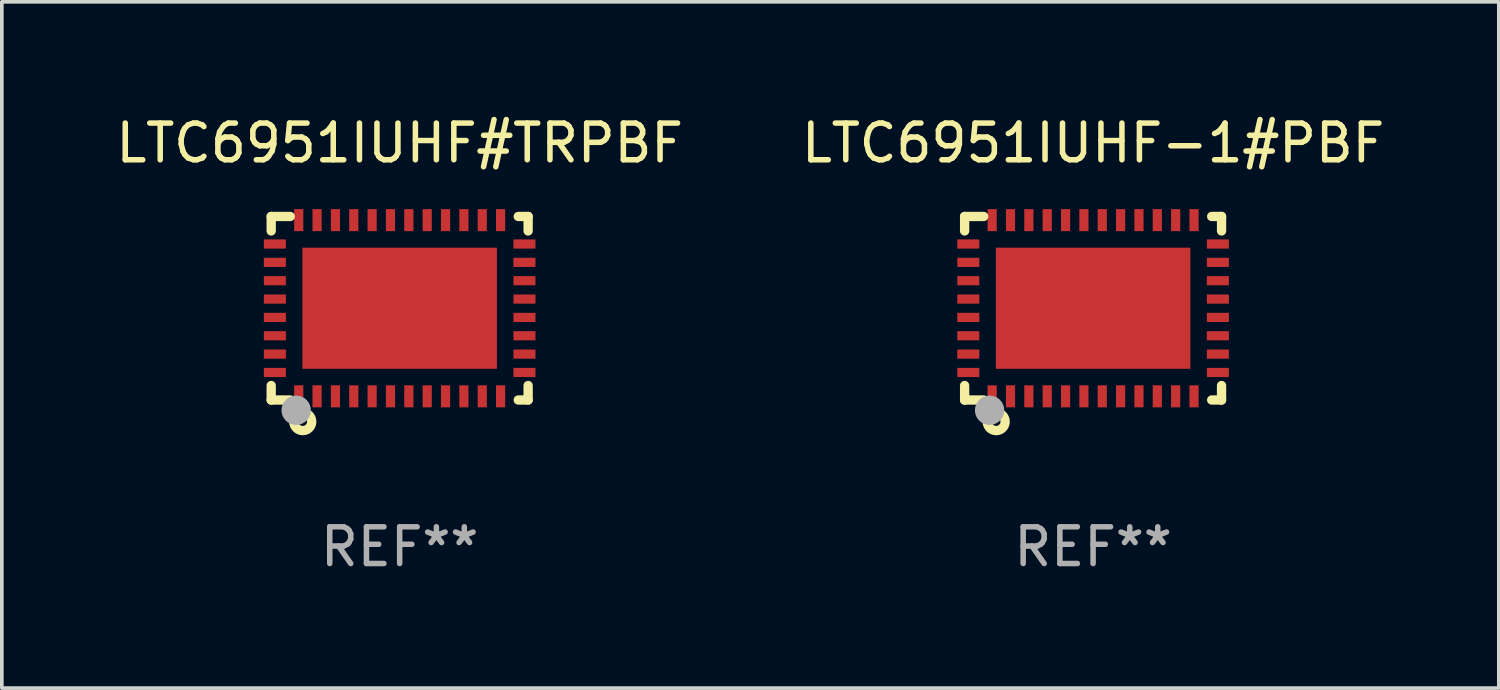
<source format=kicad_pcb>
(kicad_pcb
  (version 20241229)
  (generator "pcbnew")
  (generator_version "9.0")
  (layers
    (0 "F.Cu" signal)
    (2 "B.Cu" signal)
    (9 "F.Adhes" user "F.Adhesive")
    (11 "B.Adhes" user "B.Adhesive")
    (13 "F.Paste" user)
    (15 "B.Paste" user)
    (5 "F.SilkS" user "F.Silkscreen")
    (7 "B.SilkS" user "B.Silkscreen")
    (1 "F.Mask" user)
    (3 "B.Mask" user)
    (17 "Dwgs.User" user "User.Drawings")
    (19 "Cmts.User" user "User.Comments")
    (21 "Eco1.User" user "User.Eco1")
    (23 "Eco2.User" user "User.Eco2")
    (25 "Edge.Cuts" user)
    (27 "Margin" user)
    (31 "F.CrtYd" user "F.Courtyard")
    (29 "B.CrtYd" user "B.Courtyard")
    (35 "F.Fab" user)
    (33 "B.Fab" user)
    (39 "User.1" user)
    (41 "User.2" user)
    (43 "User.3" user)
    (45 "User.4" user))
  (footprint "LTC6951IUHF#TRPBF"
    (layer "F.Cu")
    (at 7.839 5.348)
    (property "Reference" "LTC6951IUHF#TRPBF" (at 0 -4.5 0) (layer "F.SilkS") (effects (font (size 1 1) (thickness 0.15))))
    (attr through_hole)
    (fp_line (start -3.5 -2.5) (end -3.5 -2.106) (stroke (width 0.254) (type solid)) (layer "F.SilkS"))
    (fp_line (start -3.5 2.106) (end -3.5 2.5) (stroke (width 0.254) (type solid)) (layer "F.SilkS"))
    (fp_line (start -3.5 2.5) (end -2.981 2.5) (stroke (width 0.254) (type solid)) (layer "F.SilkS"))
    (fp_line (start -2.981 -2.5) (end -3.5 -2.5) (stroke (width 0.254) (type solid)) (layer "F.SilkS"))
    (fp_line (start 3.231 2.5) (end 3.5 2.5) (stroke (width 0.254) (type solid)) (layer "F.SilkS"))
    (fp_line (start 3.5 -2.5) (end 3.231 -2.5) (stroke (width 0.254) (type solid)) (layer "F.SilkS"))
    (fp_line (start 3.5 -2.106) (end 3.5 -2.5) (stroke (width 0.254) (type solid)) (layer "F.SilkS"))
    (fp_line (start 3.5 2.5) (end 3.5 2.106) (stroke (width 0.254) (type solid)) (layer "F.SilkS"))
    (fp_circle (center -3.5 2.5) (end -3.44 2.5) (stroke (width 0.12) (type solid)) (fill no) (layer "F.SilkS"))
    (fp_circle (center -2.64 3.09) (end -2.523 3.09) (stroke (width 0.254) (type solid)) (fill no) (layer "F.SilkS"))
    (fp_circle (center -2.82 2.78) (end -2.62 2.78) (stroke (width 0.4) (type solid)) (fill no) (layer "F.Fab"))
    (fp_text user "REF**" (at 0 6.5 0) (layer "F.Fab") (effects (font (size 1 1) (thickness 0.15))))
    (pad "1" smd rect (at -2.75 2.4 90) (size 0.6 0.25) (layers "F.Cu" "F.Mask" "F.Paste"))
    (pad "2" smd rect (at -2.25 2.4 90) (size 0.6 0.25) (layers "F.Cu" "F.Mask" "F.Paste"))
    (pad "3" smd rect (at -1.75 2.4 90) (size 0.6 0.25) (layers "F.Cu" "F.Mask" "F.Paste"))
    (pad "4" smd rect (at -1.25 2.4 90) (size 0.6 0.25) (layers "F.Cu" "F.Mask" "F.Paste"))
    (pad "5" smd rect (at -0.75 2.4 90) (size 0.6 0.25) (layers "F.Cu" "F.Mask" "F.Paste"))
    (pad "6" smd rect (at -0.25 2.4 90) (size 0.6 0.25) (layers "F.Cu" "F.Mask" "F.Paste"))
    (pad "7" smd rect (at 0.25 2.4 90) (size 0.6 0.25) (layers "F.Cu" "F.Mask" "F.Paste"))
    (pad "8" smd rect (at 0.75 2.4 90) (size 0.6 0.25) (layers "F.Cu" "F.Mask" "F.Paste"))
    (pad "9" smd rect (at 1.25 2.4 90) (size 0.6 0.25) (layers "F.Cu" "F.Mask" "F.Paste"))
    (pad "10" smd rect (at 1.75 2.4 90) (size 0.6 0.25) (layers "F.Cu" "F.Mask" "F.Paste"))
    (pad "11" smd rect (at 2.25 2.4 90) (size 0.6 0.25) (layers "F.Cu" "F.Mask" "F.Paste"))
    (pad "12" smd rect (at 2.75 2.4 90) (size 0.6 0.25) (layers "F.Cu" "F.Mask" "F.Paste"))
    (pad "13" smd rect (at 3.4 1.75 180) (size 0.6 0.25) (layers "F.Cu" "F.Mask" "F.Paste"))
    (pad "14" smd rect (at 3.4 1.25 180) (size 0.6 0.25) (layers "F.Cu" "F.Mask" "F.Paste"))
    (pad "15" smd rect (at 3.4 0.75 180) (size 0.6 0.25) (layers "F.Cu" "F.Mask" "F.Paste"))
    (pad "16" smd rect (at 3.4 0.25 180) (size 0.6 0.25) (layers "F.Cu" "F.Mask" "F.Paste"))
    (pad "17" smd rect (at 3.4 -0.25 180) (size 0.6 0.25) (layers "F.Cu" "F.Mask" "F.Paste"))
    (pad "18" smd rect (at 3.4 -0.75 180) (size 0.6 0.25) (layers "F.Cu" "F.Mask" "F.Paste"))
    (pad "19" smd rect (at 3.4 -1.25 180) (size 0.6 0.25) (layers "F.Cu" "F.Mask" "F.Paste"))
    (pad "20" smd rect (at 3.4 -1.75 180) (size 0.6 0.25) (layers "F.Cu" "F.Mask" "F.Paste"))
    (pad "21" smd rect (at 2.75 -2.4 270) (size 0.6 0.25) (layers "F.Cu" "F.Mask" "F.Paste"))
    (pad "22" smd rect (at 2.25 -2.4 270) (size 0.6 0.25) (layers "F.Cu" "F.Mask" "F.Paste"))
    (pad "23" smd rect (at 1.75 -2.4 270) (size 0.6 0.25) (layers "F.Cu" "F.Mask" "F.Paste"))
    (pad "24" smd rect (at 1.25 -2.4 270) (size 0.6 0.25) (layers "F.Cu" "F.Mask" "F.Paste"))
    (pad "25" smd rect (at 0.75 -2.4 270) (size 0.6 0.25) (layers "F.Cu" "F.Mask" "F.Paste"))
    (pad "26" smd rect (at 0.25 -2.4 270) (size 0.6 0.25) (layers "F.Cu" "F.Mask" "F.Paste"))
    (pad "27" smd rect (at -0.25 -2.4 270) (size 0.6 0.25) (layers "F.Cu" "F.Mask" "F.Paste"))
    (pad "28" smd rect (at -0.75 -2.4 270) (size 0.6 0.25) (layers "F.Cu" "F.Mask" "F.Paste"))
    (pad "29" smd rect (at -1.25 -2.4 270) (size 0.6 0.25) (layers "F.Cu" "F.Mask" "F.Paste"))
    (pad "30" smd rect (at -1.75 -2.4 270) (size 0.6 0.25) (layers "F.Cu" "F.Mask" "F.Paste"))
    (pad "31" smd rect (at -2.25 -2.4 270) (size 0.6 0.25) (layers "F.Cu" "F.Mask" "F.Paste"))
    (pad "32" smd rect (at -2.75 -2.4 270) (size 0.6 0.25) (layers "F.Cu" "F.Mask" "F.Paste"))
    (pad "33" smd rect (at -3.4 -1.75) (size 0.6 0.25) (layers "F.Cu" "F.Mask" "F.Paste"))
    (pad "34" smd rect (at -3.4 -1.25) (size 0.6 0.25) (layers "F.Cu" "F.Mask" "F.Paste"))
    (pad "35" smd rect (at -3.4 -0.75) (size 0.6 0.25) (layers "F.Cu" "F.Mask" "F.Paste"))
    (pad "36" smd rect (at -3.4 -0.25) (size 0.6 0.25) (layers "F.Cu" "F.Mask" "F.Paste"))
    (pad "37" smd rect (at -3.4 0.25) (size 0.6 0.25) (layers "F.Cu" "F.Mask" "F.Paste"))
    (pad "38" smd rect (at -3.4 0.75) (size 0.6 0.25) (layers "F.Cu" "F.Mask" "F.Paste"))
    (pad "39" smd rect (at -3.4 1.25) (size 0.6 0.25) (layers "F.Cu" "F.Mask" "F.Paste"))
    (pad "40" smd rect (at -3.4 1.75) (size 0.6 0.25) (layers "F.Cu" "F.Mask" "F.Paste"))
    (pad "41" smd rect (at -0.000102 -0.000025 270) (size 3.3 5.3) (layers "F.Cu" "F.Mask" "F.Paste")))
  (footprint "LTC6951IUHF-1#PBF"
    (layer "F.Cu")
    (at 26.732 5.348)
    (property "Reference" "LTC6951IUHF-1#PBF" (at 0 -4.5 0) (layer "F.SilkS") (effects (font (size 1 1) (thickness 0.15))))
    (attr through_hole)
    (fp_line (start -3.5 -2.5) (end -3.5 -2.106) (stroke (width 0.254) (type solid)) (layer "F.SilkS"))
    (fp_line (start -3.5 2.106) (end -3.5 2.5) (stroke (width 0.254) (type solid)) (layer "F.SilkS"))
    (fp_line (start -3.5 2.5) (end -2.981 2.5) (stroke (width 0.254) (type solid)) (layer "F.SilkS"))
    (fp_line (start -2.981 -2.5) (end -3.5 -2.5) (stroke (width 0.254) (type solid)) (layer "F.SilkS"))
    (fp_line (start 3.231 2.5) (end 3.5 2.5) (stroke (width 0.254) (type solid)) (layer "F.SilkS"))
    (fp_line (start 3.5 -2.5) (end 3.231 -2.5) (stroke (width 0.254) (type solid)) (layer "F.SilkS"))
    (fp_line (start 3.5 -2.106) (end 3.5 -2.5) (stroke (width 0.254) (type solid)) (layer "F.SilkS"))
    (fp_line (start 3.5 2.5) (end 3.5 2.106) (stroke (width 0.254) (type solid)) (layer "F.SilkS"))
    (fp_circle (center -3.5 2.5) (end -3.44 2.5) (stroke (width 0.12) (type solid)) (fill no) (layer "F.SilkS"))
    (fp_circle (center -2.64 3.09) (end -2.523 3.09) (stroke (width 0.254) (type solid)) (fill no) (layer "F.SilkS"))
    (fp_circle (center -2.82 2.78) (end -2.62 2.78) (stroke (width 0.4) (type solid)) (fill no) (layer "F.Fab"))
    (fp_text user "REF**" (at 0 6.5 0) (layer "F.Fab") (effects (font (size 1 1) (thickness 0.15))))
    (pad "1" smd rect (at -2.75 2.4 90) (size 0.6 0.25) (layers "F.Cu" "F.Mask" "F.Paste"))
    (pad "2" smd rect (at -2.25 2.4 90) (size 0.6 0.25) (layers "F.Cu" "F.Mask" "F.Paste"))
    (pad "3" smd rect (at -1.75 2.4 90) (size 0.6 0.25) (layers "F.Cu" "F.Mask" "F.Paste"))
    (pad "4" smd rect (at -1.25 2.4 90) (size 0.6 0.25) (layers "F.Cu" "F.Mask" "F.Paste"))
    (pad "5" smd rect (at -0.75 2.4 90) (size 0.6 0.25) (layers "F.Cu" "F.Mask" "F.Paste"))
    (pad "6" smd rect (at -0.25 2.4 90) (size 0.6 0.25) (layers "F.Cu" "F.Mask" "F.Paste"))
    (pad "7" smd rect (at 0.25 2.4 90) (size 0.6 0.25) (layers "F.Cu" "F.Mask" "F.Paste"))
    (pad "8" smd rect (at 0.75 2.4 90) (size 0.6 0.25) (layers "F.Cu" "F.Mask" "F.Paste"))
    (pad "9" smd rect (at 1.25 2.4 90) (size 0.6 0.25) (layers "F.Cu" "F.Mask" "F.Paste"))
    (pad "10" smd rect (at 1.75 2.4 90) (size 0.6 0.25) (layers "F.Cu" "F.Mask" "F.Paste"))
    (pad "11" smd rect (at 2.25 2.4 90) (size 0.6 0.25) (layers "F.Cu" "F.Mask" "F.Paste"))
    (pad "12" smd rect (at 2.75 2.4 90) (size 0.6 0.25) (layers "F.Cu" "F.Mask" "F.Paste"))
    (pad "13" smd rect (at 3.4 1.75 180) (size 0.6 0.25) (layers "F.Cu" "F.Mask" "F.Paste"))
    (pad "14" smd rect (at 3.4 1.25 180) (size 0.6 0.25) (layers "F.Cu" "F.Mask" "F.Paste"))
    (pad "15" smd rect (at 3.4 0.75 180) (size 0.6 0.25) (layers "F.Cu" "F.Mask" "F.Paste"))
    (pad "16" smd rect (at 3.4 0.25 180) (size 0.6 0.25) (layers "F.Cu" "F.Mask" "F.Paste"))
    (pad "17" smd rect (at 3.4 -0.25 180) (size 0.6 0.25) (layers "F.Cu" "F.Mask" "F.Paste"))
    (pad "18" smd rect (at 3.4 -0.75 180) (size 0.6 0.25) (layers "F.Cu" "F.Mask" "F.Paste"))
    (pad "19" smd rect (at 3.4 -1.25 180) (size 0.6 0.25) (layers "F.Cu" "F.Mask" "F.Paste"))
    (pad "20" smd rect (at 3.4 -1.75 180) (size 0.6 0.25) (layers "F.Cu" "F.Mask" "F.Paste"))
    (pad "21" smd rect (at 2.75 -2.4 270) (size 0.6 0.25) (layers "F.Cu" "F.Mask" "F.Paste"))
    (pad "22" smd rect (at 2.25 -2.4 270) (size 0.6 0.25) (layers "F.Cu" "F.Mask" "F.Paste"))
    (pad "23" smd rect (at 1.75 -2.4 270) (size 0.6 0.25) (layers "F.Cu" "F.Mask" "F.Paste"))
    (pad "24" smd rect (at 1.25 -2.4 270) (size 0.6 0.25) (layers "F.Cu" "F.Mask" "F.Paste"))
    (pad "25" smd rect (at 0.75 -2.4 270) (size 0.6 0.25) (layers "F.Cu" "F.Mask" "F.Paste"))
    (pad "26" smd rect (at 0.25 -2.4 270) (size 0.6 0.25) (layers "F.Cu" "F.Mask" "F.Paste"))
    (pad "27" smd rect (at -0.25 -2.4 270) (size 0.6 0.25) (layers "F.Cu" "F.Mask" "F.Paste"))
    (pad "28" smd rect (at -0.75 -2.4 270) (size 0.6 0.25) (layers "F.Cu" "F.Mask" "F.Paste"))
    (pad "29" smd rect (at -1.25 -2.4 270) (size 0.6 0.25) (layers "F.Cu" "F.Mask" "F.Paste"))
    (pad "30" smd rect (at -1.75 -2.4 270) (size 0.6 0.25) (layers "F.Cu" "F.Mask" "F.Paste"))
    (pad "31" smd rect (at -2.25 -2.4 270) (size 0.6 0.25) (layers "F.Cu" "F.Mask" "F.Paste"))
    (pad "32" smd rect (at -2.75 -2.4 270) (size 0.6 0.25) (layers "F.Cu" "F.Mask" "F.Paste"))
    (pad "33" smd rect (at -3.4 -1.75) (size 0.6 0.25) (layers "F.Cu" "F.Mask" "F.Paste"))
    (pad "34" smd rect (at -3.4 -1.25) (size 0.6 0.25) (layers "F.Cu" "F.Mask" "F.Paste"))
    (pad "35" smd rect (at -3.4 -0.75) (size 0.6 0.25) (layers "F.Cu" "F.Mask" "F.Paste"))
    (pad "36" smd rect (at -3.4 -0.25) (size 0.6 0.25) (layers "F.Cu" "F.Mask" "F.Paste"))
    (pad "37" smd rect (at -3.4 0.25) (size 0.6 0.25) (layers "F.Cu" "F.Mask" "F.Paste"))
    (pad "38" smd rect (at -3.4 0.75) (size 0.6 0.25) (layers "F.Cu" "F.Mask" "F.Paste"))
    (pad "39" smd rect (at -3.4 1.25) (size 0.6 0.25) (layers "F.Cu" "F.Mask" "F.Paste"))
    (pad "40" smd rect (at -3.4 1.75) (size 0.6 0.25) (layers "F.Cu" "F.Mask" "F.Paste"))
    (pad "41" smd rect (at -0.000102 -0.000025 270) (size 3.3 5.3) (layers "F.Cu" "F.Mask" "F.Paste")))
  (gr_rect
    (start -3 -3)
    (end 37.786 15.697)
    (stroke (width 0.1) (type default))
    (fill no)
    (layer "Edge.Cuts")))
</source>
